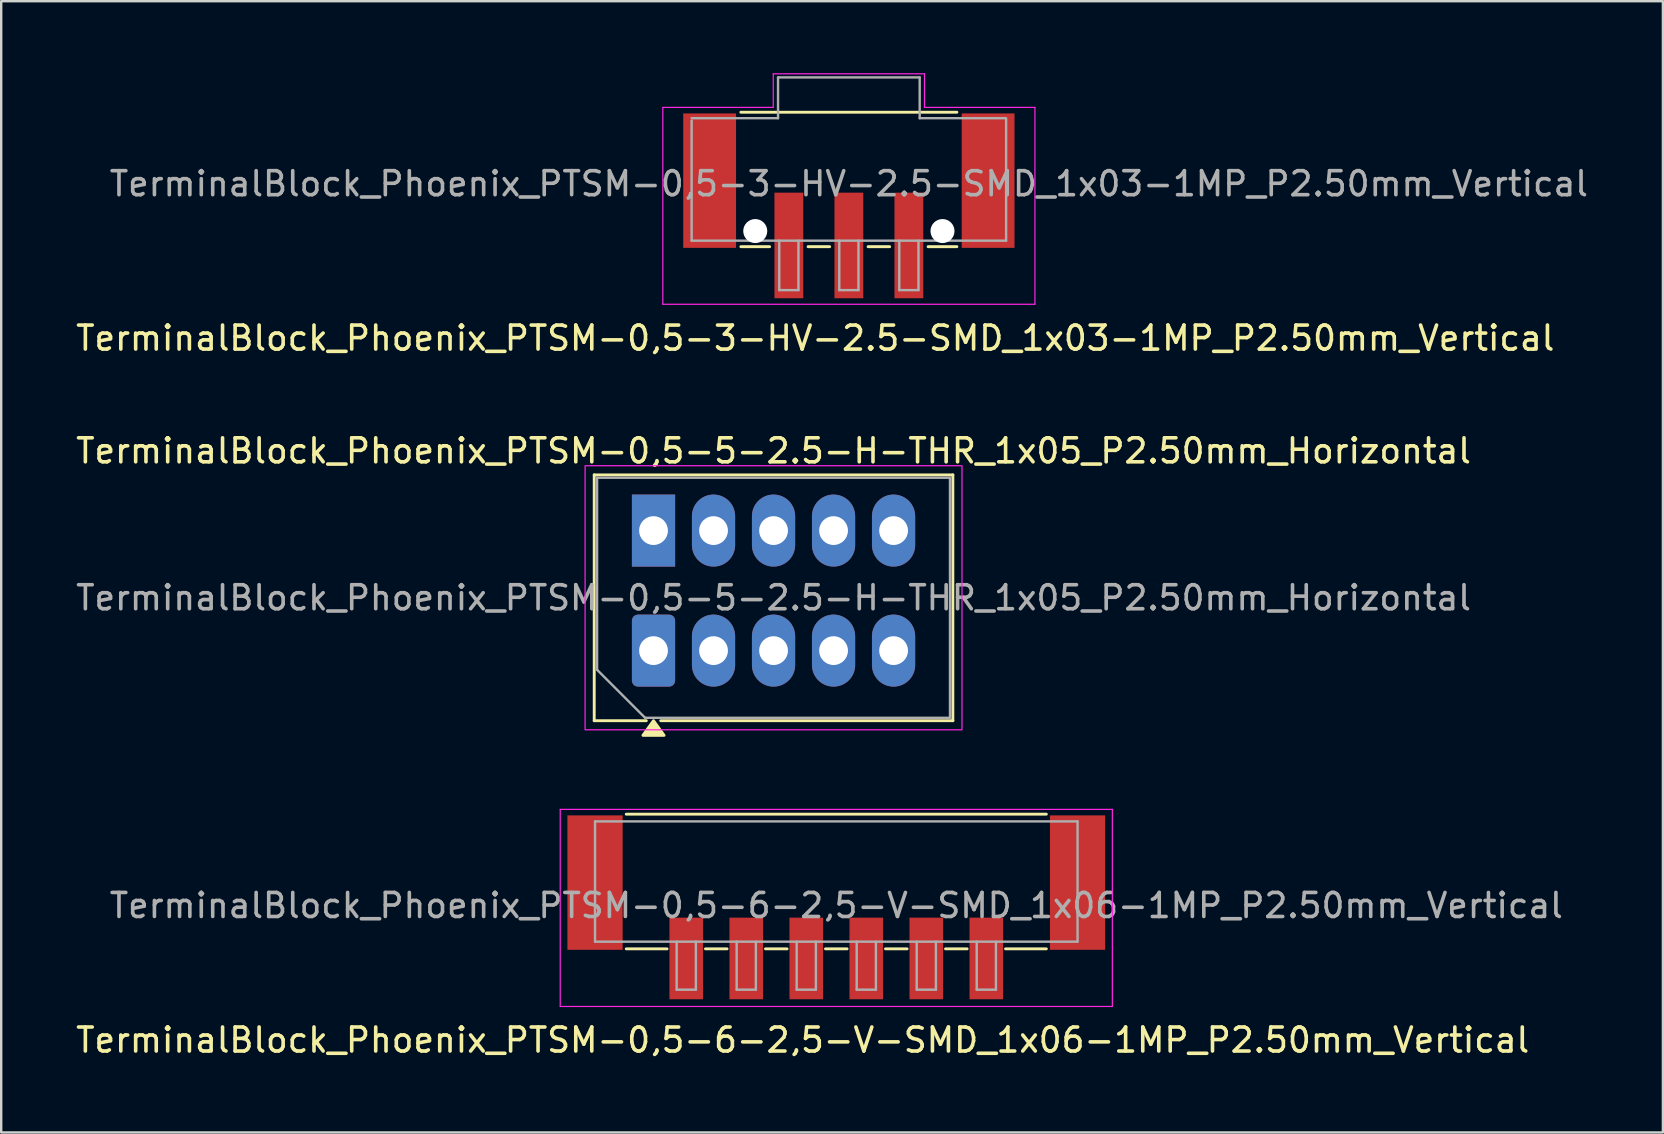
<source format=kicad_pcb>
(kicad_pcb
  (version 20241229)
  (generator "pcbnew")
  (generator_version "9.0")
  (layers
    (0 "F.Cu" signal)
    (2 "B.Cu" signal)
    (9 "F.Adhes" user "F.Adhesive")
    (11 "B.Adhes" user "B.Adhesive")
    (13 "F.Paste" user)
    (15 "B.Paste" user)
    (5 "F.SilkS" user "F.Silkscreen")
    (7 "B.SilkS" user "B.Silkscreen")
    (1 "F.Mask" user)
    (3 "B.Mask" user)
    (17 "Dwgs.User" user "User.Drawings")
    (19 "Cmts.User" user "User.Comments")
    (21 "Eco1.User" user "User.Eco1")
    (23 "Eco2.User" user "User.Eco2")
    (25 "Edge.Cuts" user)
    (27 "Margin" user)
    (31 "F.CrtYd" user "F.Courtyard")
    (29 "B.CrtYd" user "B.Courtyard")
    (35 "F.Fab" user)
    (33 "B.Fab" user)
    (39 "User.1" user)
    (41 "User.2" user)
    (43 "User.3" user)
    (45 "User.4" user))
  (footprint "TerminalBlock_Phoenix_PTSM-0,5-5-2.5-H-THR_1x05_P2.50mm_Horizontal"
    (layer "F.Cu")
    (at 24.173 24.052)
    (property "Reference" "TerminalBlock_Phoenix_PTSM-0,5-5-2.5-H-THR_1x05_P2.50mm_Horizontal" (at 5 -8.32 0) (layer "F.SilkS") (effects (font (size 1 1) (thickness 0.15))))
    (attr through_hole)
    (fp_line (start -2.47 -7.32) (end 12.47 -7.32) (stroke (width 0.12) (type solid)) (layer "F.SilkS"))
    (fp_line (start -2.47 2.92) (end -2.47 -7.32) (stroke (width 0.12) (type solid)) (layer "F.SilkS"))
    (fp_line (start -0.3 2.92) (end -2.47 2.92) (stroke (width 0.12) (type solid)) (layer "F.SilkS"))
    (fp_line (start 12.47 -7.32) (end 12.47 2.92) (stroke (width 0.12) (type solid)) (layer "F.SilkS"))
    (fp_line (start 12.47 2.92) (end 0.3 2.92) (stroke (width 0.12) (type solid)) (layer "F.SilkS"))
    (fp_poly (pts (xy 0 2.92) (xy 0.44 3.53) (xy -0.44 3.53)) (stroke (width 0.12) (type solid)) (fill yes) (layer "F.SilkS"))
    (fp_rect (start -2.85 -7.7) (end 12.85 3.3) (stroke (width 0.05) (type solid)) (fill no) (layer "F.CrtYd"))
    (fp_line (start -2.35 -7.2) (end 12.35 -7.2) (stroke (width 0.1) (type solid)) (layer "F.Fab"))
    (fp_line (start -2.35 0.8) (end -2.35 -7.2) (stroke (width 0.1) (type solid)) (layer "F.Fab"))
    (fp_line (start -0.35 2.8) (end -2.35 0.8) (stroke (width 0.1) (type solid)) (layer "F.Fab"))
    (fp_line (start 12.35 -7.2) (end 12.35 2.8) (stroke (width 0.1) (type solid)) (layer "F.Fab"))
    (fp_line (start 12.35 2.8) (end -0.35 2.8) (stroke (width 0.1) (type solid)) (layer "F.Fab"))
    (fp_text user "${REFERENCE}" (at 5 -2.2 0) (layer "F.Fab") (effects (font (size 1 1) (thickness 0.15))))
    (pad "1" thru_hole rect (at 0 -5) (size 1.8 3) (drill 1.2) (layers "*.Cu" "*.Mask"))
    (pad "1" thru_hole roundrect (at 0 0) (size 1.8 3) (drill 1.2) (layers "*.Cu" "*.Mask") (roundrect_rratio 0.139))
    (pad "2" thru_hole oval (at 2.5 -5) (size 1.8 3) (drill 1.2) (layers "*.Cu" "*.Mask"))
    (pad "2" thru_hole oval (at 2.5 0) (size 1.8 3) (drill 1.2) (layers "*.Cu" "*.Mask"))
    (pad "3" thru_hole oval (at 5 -5) (size 1.8 3) (drill 1.2) (layers "*.Cu" "*.Mask"))
    (pad "3" thru_hole oval (at 5 0) (size 1.8 3) (drill 1.2) (layers "*.Cu" "*.Mask"))
    (pad "4" thru_hole oval (at 7.5 -5) (size 1.8 3) (drill 1.2) (layers "*.Cu" "*.Mask"))
    (pad "4" thru_hole oval (at 7.5 0) (size 1.8 3) (drill 1.2) (layers "*.Cu" "*.Mask"))
    (pad "5" thru_hole oval (at 10 -5) (size 1.8 3) (drill 1.2) (layers "*.Cu" "*.Mask"))
    (pad "5" thru_hole oval (at 10 0) (size 1.8 3) (drill 1.2) (layers "*.Cu" "*.Mask")))
  (footprint "TerminalBlock_Phoenix_PTSM-0,5-6-2,5-V-SMD_1x06-1MP_P2.50mm_Vertical"
    (layer "F.Cu")
    (at 31.787 34.746)
    (property "Reference" "TerminalBlock_Phoenix_PTSM-0,5-6-2,5-V-SMD_1x06-1MP_P2.50mm_Vertical" (at -1.4 5.53 0) (layer "F.SilkS") (effects (font (size 1 1) (thickness 0.15))))
    (attr smd)
    (fp_line (start -8.75 -3.88) (end 8.75 -3.88) (stroke (width 0.12) (type solid)) (layer "F.SilkS"))
    (fp_line (start -7.05 1.73) (end -8.75 1.73) (stroke (width 0.12) (type solid)) (layer "F.SilkS"))
    (fp_line (start -4.55 1.73) (end -5.45 1.73) (stroke (width 0.12) (type solid)) (layer "F.SilkS"))
    (fp_line (start -2.05 1.73) (end -2.95 1.73) (stroke (width 0.12) (type solid)) (layer "F.SilkS"))
    (fp_line (start 0.45 1.73) (end -0.45 1.73) (stroke (width 0.12) (type solid)) (layer "F.SilkS"))
    (fp_line (start 2.95 1.73) (end 2.05 1.73) (stroke (width 0.12) (type solid)) (layer "F.SilkS"))
    (fp_line (start 5.45 1.73) (end 4.55 1.73) (stroke (width 0.12) (type solid)) (layer "F.SilkS"))
    (fp_line (start 8.75 1.73) (end 7.05 1.73) (stroke (width 0.12) (type solid)) (layer "F.SilkS"))
    (fp_line (start -11.5 -4.08) (end 11.5 -4.08) (stroke (width 0.05) (type solid)) (layer "F.CrtYd"))
    (fp_line (start -11.5 4.13) (end -11.5 -4.08) (stroke (width 0.05) (type solid)) (layer "F.CrtYd"))
    (fp_line (start 11.5 -4.08) (end 11.5 4.13) (stroke (width 0.05) (type solid)) (layer "F.CrtYd"))
    (fp_line (start 11.5 4.13) (end -11.5 4.13) (stroke (width 0.05) (type solid)) (layer "F.CrtYd"))
    (fp_line (start -10.05 -3.58) (end 10.05 -3.58) (stroke (width 0.1) (type solid)) (layer "F.Fab"))
    (fp_line (start -10.05 1.43) (end -10.05 -3.58) (stroke (width 0.1) (type solid)) (layer "F.Fab"))
    (fp_line (start -6.65 1.43) (end -6.65 3.43) (stroke (width 0.1) (type solid)) (layer "F.Fab"))
    (fp_line (start -6.65 3.43) (end -5.85 3.43) (stroke (width 0.1) (type solid)) (layer "F.Fab"))
    (fp_line (start -5.85 1.43) (end -5.85 3.43) (stroke (width 0.1) (type solid)) (layer "F.Fab"))
    (fp_line (start -4.15 1.43) (end -4.15 3.43) (stroke (width 0.1) (type solid)) (layer "F.Fab"))
    (fp_line (start -4.15 3.43) (end -3.35 3.43) (stroke (width 0.1) (type solid)) (layer "F.Fab"))
    (fp_line (start -3.35 1.43) (end -3.35 3.43) (stroke (width 0.1) (type solid)) (layer "F.Fab"))
    (fp_line (start -1.65 1.43) (end -1.65 3.43) (stroke (width 0.1) (type solid)) (layer "F.Fab"))
    (fp_line (start -1.65 3.43) (end -0.85 3.43) (stroke (width 0.1) (type solid)) (layer "F.Fab"))
    (fp_line (start -0.85 1.43) (end -0.85 3.43) (stroke (width 0.1) (type solid)) (layer "F.Fab"))
    (fp_line (start 0.85 1.43) (end 0.85 3.43) (stroke (width 0.1) (type solid)) (layer "F.Fab"))
    (fp_line (start 0.85 3.43) (end 1.65 3.43) (stroke (width 0.1) (type solid)) (layer "F.Fab"))
    (fp_line (start 1.65 1.43) (end 1.65 3.43) (stroke (width 0.1) (type solid)) (layer "F.Fab"))
    (fp_line (start 3.35 1.43) (end 3.35 3.43) (stroke (width 0.1) (type solid)) (layer "F.Fab"))
    (fp_line (start 3.35 3.43) (end 4.15 3.43) (stroke (width 0.1) (type solid)) (layer "F.Fab"))
    (fp_line (start 4.15 1.43) (end 4.15 3.43) (stroke (width 0.1) (type solid)) (layer "F.Fab"))
    (fp_line (start 5.85 1.43) (end 5.85 3.43) (stroke (width 0.1) (type solid)) (layer "F.Fab"))
    (fp_line (start 5.85 3.43) (end 6.65 3.43) (stroke (width 0.1) (type solid)) (layer "F.Fab"))
    (fp_line (start 6.65 1.43) (end 6.65 3.43) (stroke (width 0.1) (type solid)) (layer "F.Fab"))
    (fp_line (start 10.05 1.43) (end -10.05 1.43) (stroke (width 0.1) (type solid)) (layer "F.Fab"))
    (fp_line (start 10.05 1.43) (end 10.05 -3.58) (stroke (width 0.1) (type solid)) (layer "F.Fab"))
    (fp_text user "${REFERENCE}" (at 0 -0.075 0) (layer "F.Fab") (effects (font (size 1 1) (thickness 0.15))))
    (pad "1" smd rect (at -6.25 2.13 180) (size 1.4 3.4) (layers "F.Cu" "F.Mask" "F.Paste"))
    (pad "2" smd rect (at -3.75 2.13 180) (size 1.4 3.4) (layers "F.Cu" "F.Mask" "F.Paste"))
    (pad "3" smd rect (at -1.25 2.13 180) (size 1.4 3.4) (layers "F.Cu" "F.Mask" "F.Paste"))
    (pad "4" smd rect (at 1.25 2.13 180) (size 1.4 3.4) (layers "F.Cu" "F.Mask" "F.Paste"))
    (pad "5" smd rect (at 3.75 2.13 180) (size 1.4 3.4) (layers "F.Cu" "F.Mask" "F.Paste"))
    (pad "6" smd rect (at 6.25 2.13 180) (size 1.4 3.4) (layers "F.Cu" "F.Mask" "F.Paste"))
    (pad "MP" smd rect (at -10.05 -1.03 180) (size 2.3 5.6) (layers "F.Cu" "F.Mask" "F.Paste"))
    (pad "MP" smd rect (at 10.05 -1.03 180) (size 2.3 5.6) (layers "F.Cu" "F.Mask" "F.Paste")))
  (footprint "TerminalBlock_Phoenix_PTSM-0,5-3-HV-2.5-SMD_1x03-1MP_P2.50mm_Vertical"
    (layer "F.Cu")
    (at 32.311 5.525)
    (property "Reference" "TerminalBlock_Phoenix_PTSM-0,5-3-HV-2.5-SMD_1x03-1MP_P2.50mm_Vertical" (at -1.4 5.51 0) (layer "F.SilkS") (effects (font (size 1 1) (thickness 0.15))))
    (attr smd)
    (fp_line (start -4.5 -3.9) (end 4.5 -3.9) (stroke (width 0.12) (type solid)) (layer "F.SilkS"))
    (fp_line (start -3.3 1.7) (end -4.5 1.7) (stroke (width 0.12) (type solid)) (layer "F.SilkS"))
    (fp_line (start -0.8 1.7) (end -1.7 1.7) (stroke (width 0.12) (type solid)) (layer "F.SilkS"))
    (fp_line (start 1.7 1.7) (end 0.8 1.7) (stroke (width 0.12) (type solid)) (layer "F.SilkS"))
    (fp_line (start 4.5 1.7) (end 3.3 1.7) (stroke (width 0.12) (type solid)) (layer "F.SilkS"))
    (fp_line (start -7.75 -4.1) (end -3.15 -4.1) (stroke (width 0.05) (type solid)) (layer "F.CrtYd"))
    (fp_line (start -7.75 4.1) (end -7.75 -4.1) (stroke (width 0.05) (type solid)) (layer "F.CrtYd"))
    (fp_line (start -3.15 -5.5) (end 3.15 -5.5) (stroke (width 0.05) (type solid)) (layer "F.CrtYd"))
    (fp_line (start -3.15 -4.1) (end -3.15 -5.5) (stroke (width 0.05) (type solid)) (layer "F.CrtYd"))
    (fp_line (start 3.15 -4.1) (end 3.15 -5.5) (stroke (width 0.05) (type solid)) (layer "F.CrtYd"))
    (fp_line (start 7.75 -4.1) (end 3.15 -4.1) (stroke (width 0.05) (type solid)) (layer "F.CrtYd"))
    (fp_line (start 7.75 -4.1) (end 7.75 4.1) (stroke (width 0.05) (type solid)) (layer "F.CrtYd"))
    (fp_line (start 7.75 4.1) (end -7.75 4.1) (stroke (width 0.05) (type solid)) (layer "F.CrtYd"))
    (fp_line (start -6.55 -3.65) (end -2.95 -3.65) (stroke (width 0.1) (type solid)) (layer "F.Fab"))
    (fp_line (start -6.55 1.45) (end -6.55 -3.55) (stroke (width 0.1) (type solid)) (layer "F.Fab"))
    (fp_line (start -2.95 -5.35) (end 2.95 -5.35) (stroke (width 0.1) (type solid)) (layer "F.Fab"))
    (fp_line (start -2.95 -3.65) (end -2.95 -5.35) (stroke (width 0.1) (type solid)) (layer "F.Fab"))
    (fp_line (start -2.9 1.45) (end -2.9 3.51) (stroke (width 0.1) (type solid)) (layer "F.Fab"))
    (fp_line (start -2.9 3.51) (end -2.1 3.51) (stroke (width 0.1) (type solid)) (layer "F.Fab"))
    (fp_line (start -2.1 1.45) (end -2.1 3.51) (stroke (width 0.1) (type solid)) (layer "F.Fab"))
    (fp_line (start -0.4 1.45) (end -0.4 3.51) (stroke (width 0.1) (type solid)) (layer "F.Fab"))
    (fp_line (start -0.4 3.51) (end 0.4 3.51) (stroke (width 0.1) (type solid)) (layer "F.Fab"))
    (fp_line (start 0.4 1.45) (end 0.4 3.51) (stroke (width 0.1) (type solid)) (layer "F.Fab"))
    (fp_line (start 2.1 1.45) (end 2.1 3.51) (stroke (width 0.1) (type solid)) (layer "F.Fab"))
    (fp_line (start 2.1 3.51) (end 2.9 3.51) (stroke (width 0.1) (type solid)) (layer "F.Fab"))
    (fp_line (start 2.9 1.45) (end 2.9 3.51) (stroke (width 0.1) (type solid)) (layer "F.Fab"))
    (fp_line (start 2.95 -5.35) (end 2.95 -3.65) (stroke (width 0.1) (type solid)) (layer "F.Fab"))
    (fp_line (start 2.95 -3.65) (end 6.55 -3.65) (stroke (width 0.1) (type solid)) (layer "F.Fab"))
    (fp_line (start 6.55 1.45) (end -6.55 1.45) (stroke (width 0.1) (type solid)) (layer "F.Fab"))
    (fp_line (start 6.55 1.45) (end 6.55 -3.6) (stroke (width 0.1) (type solid)) (layer "F.Fab"))
    (fp_text user "${REFERENCE}" (at 0 -0.92 0) (layer "F.Fab") (effects (font (size 1 1) (thickness 0.15))))
    (pad "" np_thru_hole circle (at -3.9 1.05) (size 1 1) (drill 1) (layers "*.Cu" "*.Mask"))
    (pad "" np_thru_hole circle (at 3.9 1.05) (size 1 1) (drill 1) (layers "*.Cu" "*.Mask"))
    (pad "1" smd rect (at -2.5 1.65 180) (size 1.2 4.4) (layers "F.Cu" "F.Mask" "F.Paste"))
    (pad "2" smd rect (at 0 1.65 180) (size 1.2 4.4) (layers "F.Cu" "F.Mask" "F.Paste"))
    (pad "3" smd rect (at 2.5 1.65 180) (size 1.2 4.4) (layers "F.Cu" "F.Mask" "F.Paste"))
    (pad "MP" smd rect (at -5.8 -1.05 180) (size 2.2 5.6) (layers "F.Cu" "F.Mask" "F.Paste"))
    (pad "MP" smd rect (at 5.8 -1.05 180) (size 2.2 5.6) (layers "F.Cu" "F.Mask" "F.Paste")))
  (gr_rect
    (start -3 -3)
    (end 66.221 44.125)
    (stroke (width 0.1) (type default))
    (fill no)
    (layer "Edge.Cuts")))
</source>
